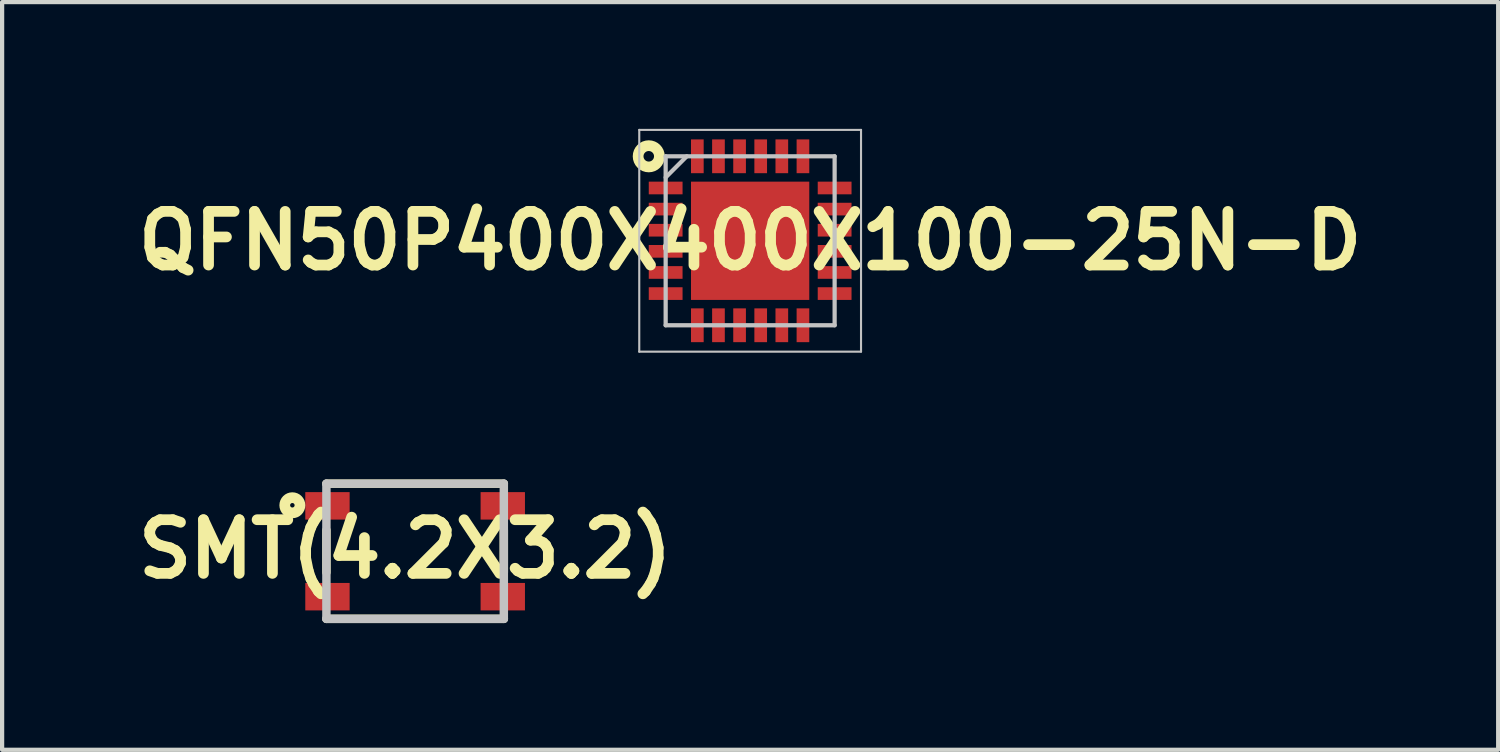
<source format=kicad_pcb>
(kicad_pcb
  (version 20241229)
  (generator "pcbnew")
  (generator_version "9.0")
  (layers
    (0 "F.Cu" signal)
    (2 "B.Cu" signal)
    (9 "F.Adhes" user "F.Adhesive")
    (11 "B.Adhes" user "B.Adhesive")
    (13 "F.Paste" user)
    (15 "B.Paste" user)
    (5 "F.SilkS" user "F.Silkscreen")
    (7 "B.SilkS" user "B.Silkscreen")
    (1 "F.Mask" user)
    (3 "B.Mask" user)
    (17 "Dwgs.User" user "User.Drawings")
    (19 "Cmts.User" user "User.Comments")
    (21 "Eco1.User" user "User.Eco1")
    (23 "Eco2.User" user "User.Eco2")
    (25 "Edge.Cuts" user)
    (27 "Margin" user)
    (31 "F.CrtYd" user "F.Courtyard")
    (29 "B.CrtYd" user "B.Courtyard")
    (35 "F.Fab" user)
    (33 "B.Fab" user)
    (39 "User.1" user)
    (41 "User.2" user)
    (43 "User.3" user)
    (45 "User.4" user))
  (footprint "SMT(4.2X3.2)"
    (layer "F.Cu")
    (at 6.777 10)
    (property "Reference" "SMT(4.2X3.2)" (at -0.233 -0.051 0) (layer "F.SilkS") (effects (font (size 1.27 1.27) (thickness 0.254))))
    (attr smd)
    (fp_line (start -2.1 -1.6) (end 2.1 -1.6) (stroke (width 0.2) (type solid)) (layer "F.SilkS"))
    (fp_line (start -2.1 -0.5) (end -2.1 0.5) (stroke (width 0.2) (type solid)) (layer "F.SilkS"))
    (fp_line (start 2.1 -0.5) (end 2.1 0.5) (stroke (width 0.2) (type solid)) (layer "F.SilkS"))
    (fp_line (start 2.1 1.6) (end -2.1 1.6) (stroke (width 0.2) (type solid)) (layer "F.SilkS"))
    (fp_circle (center -2.906 -1.089) (end -2.959 -1.089) (stroke (width 0.254) (type solid)) (fill no) (layer "F.SilkS"))
    (fp_line (start -2.1 -1.6) (end 2.1 -1.6) (stroke (width 0.2) (type solid)) (layer "Dwgs.User"))
    (fp_line (start -2.1 1.6) (end -2.1 -1.6) (stroke (width 0.2) (type solid)) (layer "Dwgs.User"))
    (fp_line (start 2.1 -1.6) (end 2.1 1.6) (stroke (width 0.2) (type solid)) (layer "Dwgs.User"))
    (fp_line (start 2.1 1.6) (end -2.1 1.6) (stroke (width 0.2) (type solid)) (layer "Dwgs.User"))
    (pad "1" smd rect (at -2.075 -1.075 90) (size 0.65 1.05) (layers "F.Cu" "F.Mask" "F.Paste"))
    (pad "2" smd rect (at 2.075 -1.075 90) (size 0.65 1.05) (layers "F.Cu" "F.Mask" "F.Paste"))
    (pad "3" smd rect (at -2.075 1.075 90) (size 0.65 1.05) (layers "F.Cu" "F.Mask" "F.Paste"))
    (pad "4" smd rect (at 2.075 1.075 90) (size 0.65 1.05) (layers "F.Cu" "F.Mask" "F.Paste")))
  (footprint "QFN50P400X400X100-25N-D"
    (layer "F.Cu")
    (at 14.708 2.65)
    (property "Reference" "QFN50P400X400X100-25N-D" (at 0 0 0) (layer "F.SilkS") (effects (font (size 1.27 1.27) (thickness 0.254))))
    (attr smd)
    (fp_circle (center -2.4 -2) (end -2.275 -2) (stroke (width 0.254) (type solid)) (fill no) (layer "F.SilkS"))
    (fp_line (start -2.625 -2.625) (end 2.625 -2.625) (stroke (width 0.05) (type solid)) (layer "Dwgs.User"))
    (fp_line (start -2.625 2.625) (end -2.625 -2.625) (stroke (width 0.05) (type solid)) (layer "Dwgs.User"))
    (fp_line (start -2 -2) (end 2 -2) (stroke (width 0.1) (type solid)) (layer "Dwgs.User"))
    (fp_line (start -2 -1.5) (end -1.5 -2) (stroke (width 0.1) (type solid)) (layer "Dwgs.User"))
    (fp_line (start -2 2) (end -2 -2) (stroke (width 0.1) (type solid)) (layer "Dwgs.User"))
    (fp_line (start 2 -2) (end 2 2) (stroke (width 0.1) (type solid)) (layer "Dwgs.User"))
    (fp_line (start 2 2) (end -2 2) (stroke (width 0.1) (type solid)) (layer "Dwgs.User"))
    (fp_line (start 2.625 -2.625) (end 2.625 2.625) (stroke (width 0.05) (type solid)) (layer "Dwgs.User"))
    (fp_line (start 2.625 2.625) (end -2.625 2.625) (stroke (width 0.05) (type solid)) (layer "Dwgs.User"))
    (pad "1" smd rect (at -2 -1.25 90) (size 0.3 0.8) (layers "F.Cu" "F.Mask" "F.Paste"))
    (pad "2" smd rect (at -2 -0.75 90) (size 0.3 0.8) (layers "F.Cu" "F.Mask" "F.Paste"))
    (pad "3" smd rect (at -2 -0.25 90) (size 0.3 0.8) (layers "F.Cu" "F.Mask" "F.Paste"))
    (pad "4" smd rect (at -2 0.25 90) (size 0.3 0.8) (layers "F.Cu" "F.Mask" "F.Paste"))
    (pad "5" smd rect (at -2 0.75 90) (size 0.3 0.8) (layers "F.Cu" "F.Mask" "F.Paste"))
    (pad "6" smd rect (at -2 1.25 90) (size 0.3 0.8) (layers "F.Cu" "F.Mask" "F.Paste"))
    (pad "7" smd rect (at -1.25 2) (size 0.3 0.8) (layers "F.Cu" "F.Mask" "F.Paste"))
    (pad "8" smd rect (at -0.75 2) (size 0.3 0.8) (layers "F.Cu" "F.Mask" "F.Paste"))
    (pad "9" smd rect (at -0.25 2) (size 0.3 0.8) (layers "F.Cu" "F.Mask" "F.Paste"))
    (pad "10" smd rect (at 0.25 2) (size 0.3 0.8) (layers "F.Cu" "F.Mask" "F.Paste"))
    (pad "11" smd rect (at 0.75 2) (size 0.3 0.8) (layers "F.Cu" "F.Mask" "F.Paste"))
    (pad "12" smd rect (at 1.25 2) (size 0.3 0.8) (layers "F.Cu" "F.Mask" "F.Paste"))
    (pad "13" smd rect (at 2 1.25 90) (size 0.3 0.8) (layers "F.Cu" "F.Mask" "F.Paste"))
    (pad "14" smd rect (at 2 0.75 90) (size 0.3 0.8) (layers "F.Cu" "F.Mask" "F.Paste"))
    (pad "15" smd rect (at 2 0.25 90) (size 0.3 0.8) (layers "F.Cu" "F.Mask" "F.Paste"))
    (pad "16" smd rect (at 2 -0.25 90) (size 0.3 0.8) (layers "F.Cu" "F.Mask" "F.Paste"))
    (pad "17" smd rect (at 2 -0.75 90) (size 0.3 0.8) (layers "F.Cu" "F.Mask" "F.Paste"))
    (pad "18" smd rect (at 2 -1.25 90) (size 0.3 0.8) (layers "F.Cu" "F.Mask" "F.Paste"))
    (pad "19" smd rect (at 1.25 -2) (size 0.3 0.8) (layers "F.Cu" "F.Mask" "F.Paste"))
    (pad "20" smd rect (at 0.75 -2) (size 0.3 0.8) (layers "F.Cu" "F.Mask" "F.Paste"))
    (pad "21" smd rect (at 0.25 -2) (size 0.3 0.8) (layers "F.Cu" "F.Mask" "F.Paste"))
    (pad "22" smd rect (at -0.25 -2) (size 0.3 0.8) (layers "F.Cu" "F.Mask" "F.Paste"))
    (pad "23" smd rect (at -0.75 -2) (size 0.3 0.8) (layers "F.Cu" "F.Mask" "F.Paste"))
    (pad "24" smd rect (at -1.25 -2) (size 0.3 0.8) (layers "F.Cu" "F.Mask" "F.Paste"))
    (pad "25" smd rect (at 0 0) (size 2.8 2.8) (layers "F.Cu" "F.Mask" "F.Paste")))
  (gr_rect
    (start -3 -3)
    (end 32.416 14.7)
    (stroke (width 0.1) (type default))
    (fill no)
    (layer "Edge.Cuts")))
</source>
